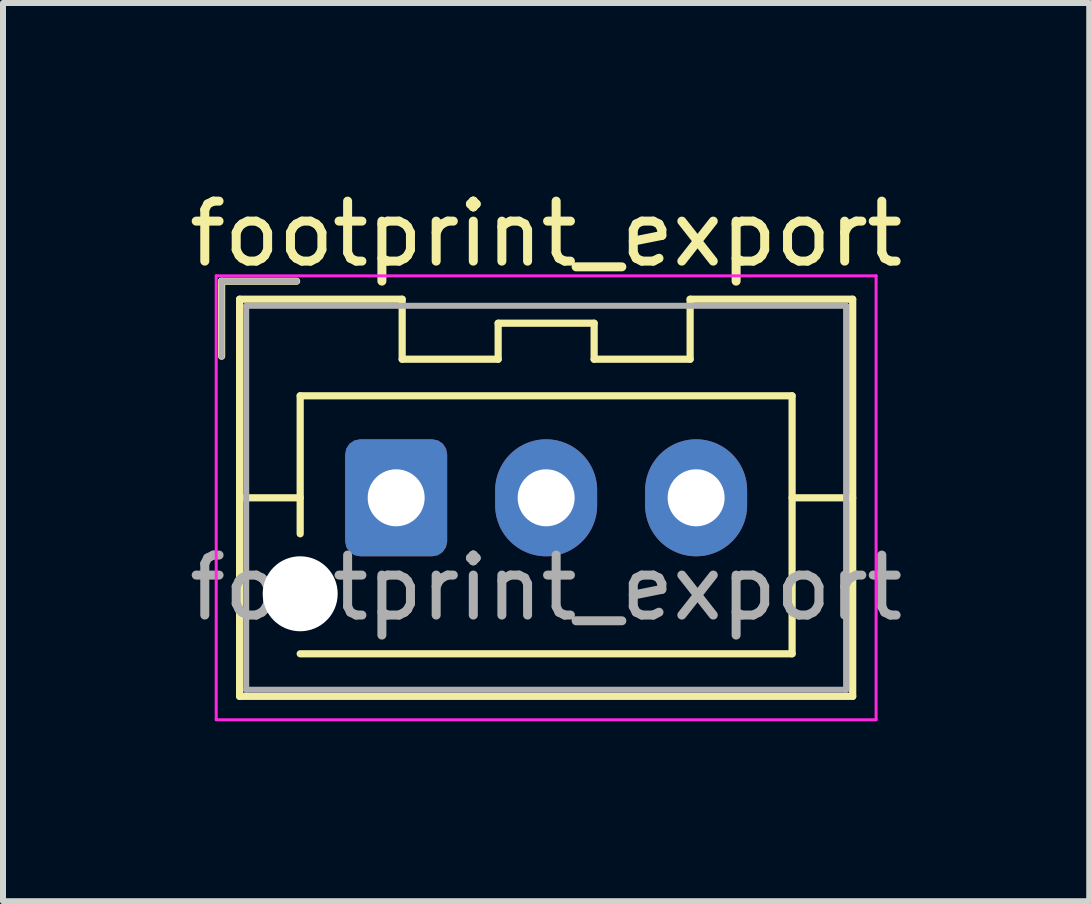
<source format=kicad_pcb>
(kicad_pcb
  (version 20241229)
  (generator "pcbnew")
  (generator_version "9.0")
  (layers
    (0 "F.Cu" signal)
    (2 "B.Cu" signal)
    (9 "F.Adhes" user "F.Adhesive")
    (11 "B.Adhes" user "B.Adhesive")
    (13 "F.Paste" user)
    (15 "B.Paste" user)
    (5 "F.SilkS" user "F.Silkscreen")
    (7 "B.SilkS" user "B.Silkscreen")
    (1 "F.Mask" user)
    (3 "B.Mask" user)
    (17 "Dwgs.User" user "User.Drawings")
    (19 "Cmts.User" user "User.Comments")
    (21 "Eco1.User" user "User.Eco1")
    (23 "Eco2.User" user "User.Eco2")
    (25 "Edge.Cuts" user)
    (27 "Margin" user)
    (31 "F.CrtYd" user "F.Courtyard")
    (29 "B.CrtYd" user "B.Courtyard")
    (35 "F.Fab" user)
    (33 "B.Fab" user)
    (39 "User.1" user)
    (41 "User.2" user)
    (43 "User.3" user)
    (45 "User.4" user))
  (footprint "footprint_export"
    (layer "F.Cu")
    (at 3.554 5.248)
    (property "Reference" "footprint_export" (at 2.5 -4.4 0) (layer "F.SilkS") (effects (font (size 1 1) (thickness 0.15))))
    (attr through_hole)
    (fp_line (start -2.91 -3.61) (end -2.91 -2.36) (stroke (width 0.12) (type solid)) (layer "F.SilkS"))
    (fp_line (start -2.61 -3.31) (end -2.61 3.31) (stroke (width 0.12) (type solid)) (layer "F.SilkS"))
    (fp_line (start -2.61 0) (end -1.6 0) (stroke (width 0.12) (type solid)) (layer "F.SilkS"))
    (fp_line (start -2.61 3.31) (end 7.61 3.31) (stroke (width 0.12) (type solid)) (layer "F.SilkS"))
    (fp_line (start -1.66 -3.61) (end -2.91 -3.61) (stroke (width 0.12) (type solid)) (layer "F.SilkS"))
    (fp_line (start -1.6 -1.7) (end 6.6 -1.7) (stroke (width 0.12) (type solid)) (layer "F.SilkS"))
    (fp_line (start -1.6 0.6) (end -1.6 -1.7) (stroke (width 0.12) (type solid)) (layer "F.SilkS"))
    (fp_line (start 0.1 -3.31) (end -2.61 -3.31) (stroke (width 0.12) (type solid)) (layer "F.SilkS"))
    (fp_line (start 0.1 -2.31) (end 0.1 -3.31) (stroke (width 0.12) (type solid)) (layer "F.SilkS"))
    (fp_line (start 1.7 -2.91) (end 1.7 -2.31) (stroke (width 0.12) (type solid)) (layer "F.SilkS"))
    (fp_line (start 1.7 -2.31) (end 0.1 -2.31) (stroke (width 0.12) (type solid)) (layer "F.SilkS"))
    (fp_line (start 3.3 -2.91) (end 1.7 -2.91) (stroke (width 0.12) (type solid)) (layer "F.SilkS"))
    (fp_line (start 3.3 -2.31) (end 3.3 -2.91) (stroke (width 0.12) (type solid)) (layer "F.SilkS"))
    (fp_line (start 4.9 -3.31) (end 4.9 -2.31) (stroke (width 0.12) (type solid)) (layer "F.SilkS"))
    (fp_line (start 4.9 -2.31) (end 3.3 -2.31) (stroke (width 0.12) (type solid)) (layer "F.SilkS"))
    (fp_line (start 6.6 -1.7) (end 6.6 2.6) (stroke (width 0.12) (type solid)) (layer "F.SilkS"))
    (fp_line (start 6.6 2.6) (end -1.6 2.6) (stroke (width 0.12) (type solid)) (layer "F.SilkS"))
    (fp_line (start 7.61 -3.31) (end 4.9 -3.31) (stroke (width 0.12) (type solid)) (layer "F.SilkS"))
    (fp_line (start 7.61 0) (end 6.6 0) (stroke (width 0.12) (type solid)) (layer "F.SilkS"))
    (fp_line (start 7.61 3.31) (end 7.61 -3.31) (stroke (width 0.12) (type solid)) (layer "F.SilkS"))
    (fp_line (start -3 -3.7) (end -3 3.7) (stroke (width 0.05) (type solid)) (layer "F.CrtYd"))
    (fp_line (start -3 3.7) (end 8 3.7) (stroke (width 0.05) (type solid)) (layer "F.CrtYd"))
    (fp_line (start 8 -3.7) (end -3 -3.7) (stroke (width 0.05) (type solid)) (layer "F.CrtYd"))
    (fp_line (start 8 3.7) (end 8 -3.7) (stroke (width 0.05) (type solid)) (layer "F.CrtYd"))
    (fp_line (start -2.91 -3.61) (end -2.91 -2.36) (stroke (width 0.1) (type solid)) (layer "F.Fab"))
    (fp_line (start -2.5 -3.2) (end -2.5 3.2) (stroke (width 0.1) (type solid)) (layer "F.Fab"))
    (fp_line (start -2.5 3.2) (end 7.5 3.2) (stroke (width 0.1) (type solid)) (layer "F.Fab"))
    (fp_line (start -1.66 -3.61) (end -2.91 -3.61) (stroke (width 0.1) (type solid)) (layer "F.Fab"))
    (fp_line (start 7.5 -3.2) (end -2.5 -3.2) (stroke (width 0.1) (type solid)) (layer "F.Fab"))
    (fp_line (start 7.5 3.2) (end 7.5 -3.2) (stroke (width 0.1) (type solid)) (layer "F.Fab"))
    (fp_text user "${REFERENCE}" (at 2.5 1.5 0) (layer "F.Fab") (effects (font (size 1 1) (thickness 0.15))))
    (pad "" np_thru_hole circle (at -1.6 1.6) (size 1.25 1.25) (drill 1.25) (layers "*.Cu" "*.Mask"))
    (pad "1" thru_hole roundrect (at 0 0) (size 1.7 1.95) (drill 0.95) (layers "*.Cu" "*.Mask") (roundrect_rratio 0.147))
    (pad "2" thru_hole oval (at 2.5 0) (size 1.7 1.95) (drill 0.95) (layers "*.Cu" "*.Mask"))
    (pad "3" thru_hole oval (at 5 0) (size 1.7 1.95) (drill 0.95) (layers "*.Cu" "*.Mask")))
  (gr_rect
    (start -3 -3)
    (end 15.107 11.973)
    (stroke (width 0.1) (type default))
    (fill no)
    (layer "Edge.Cuts")))
</source>
